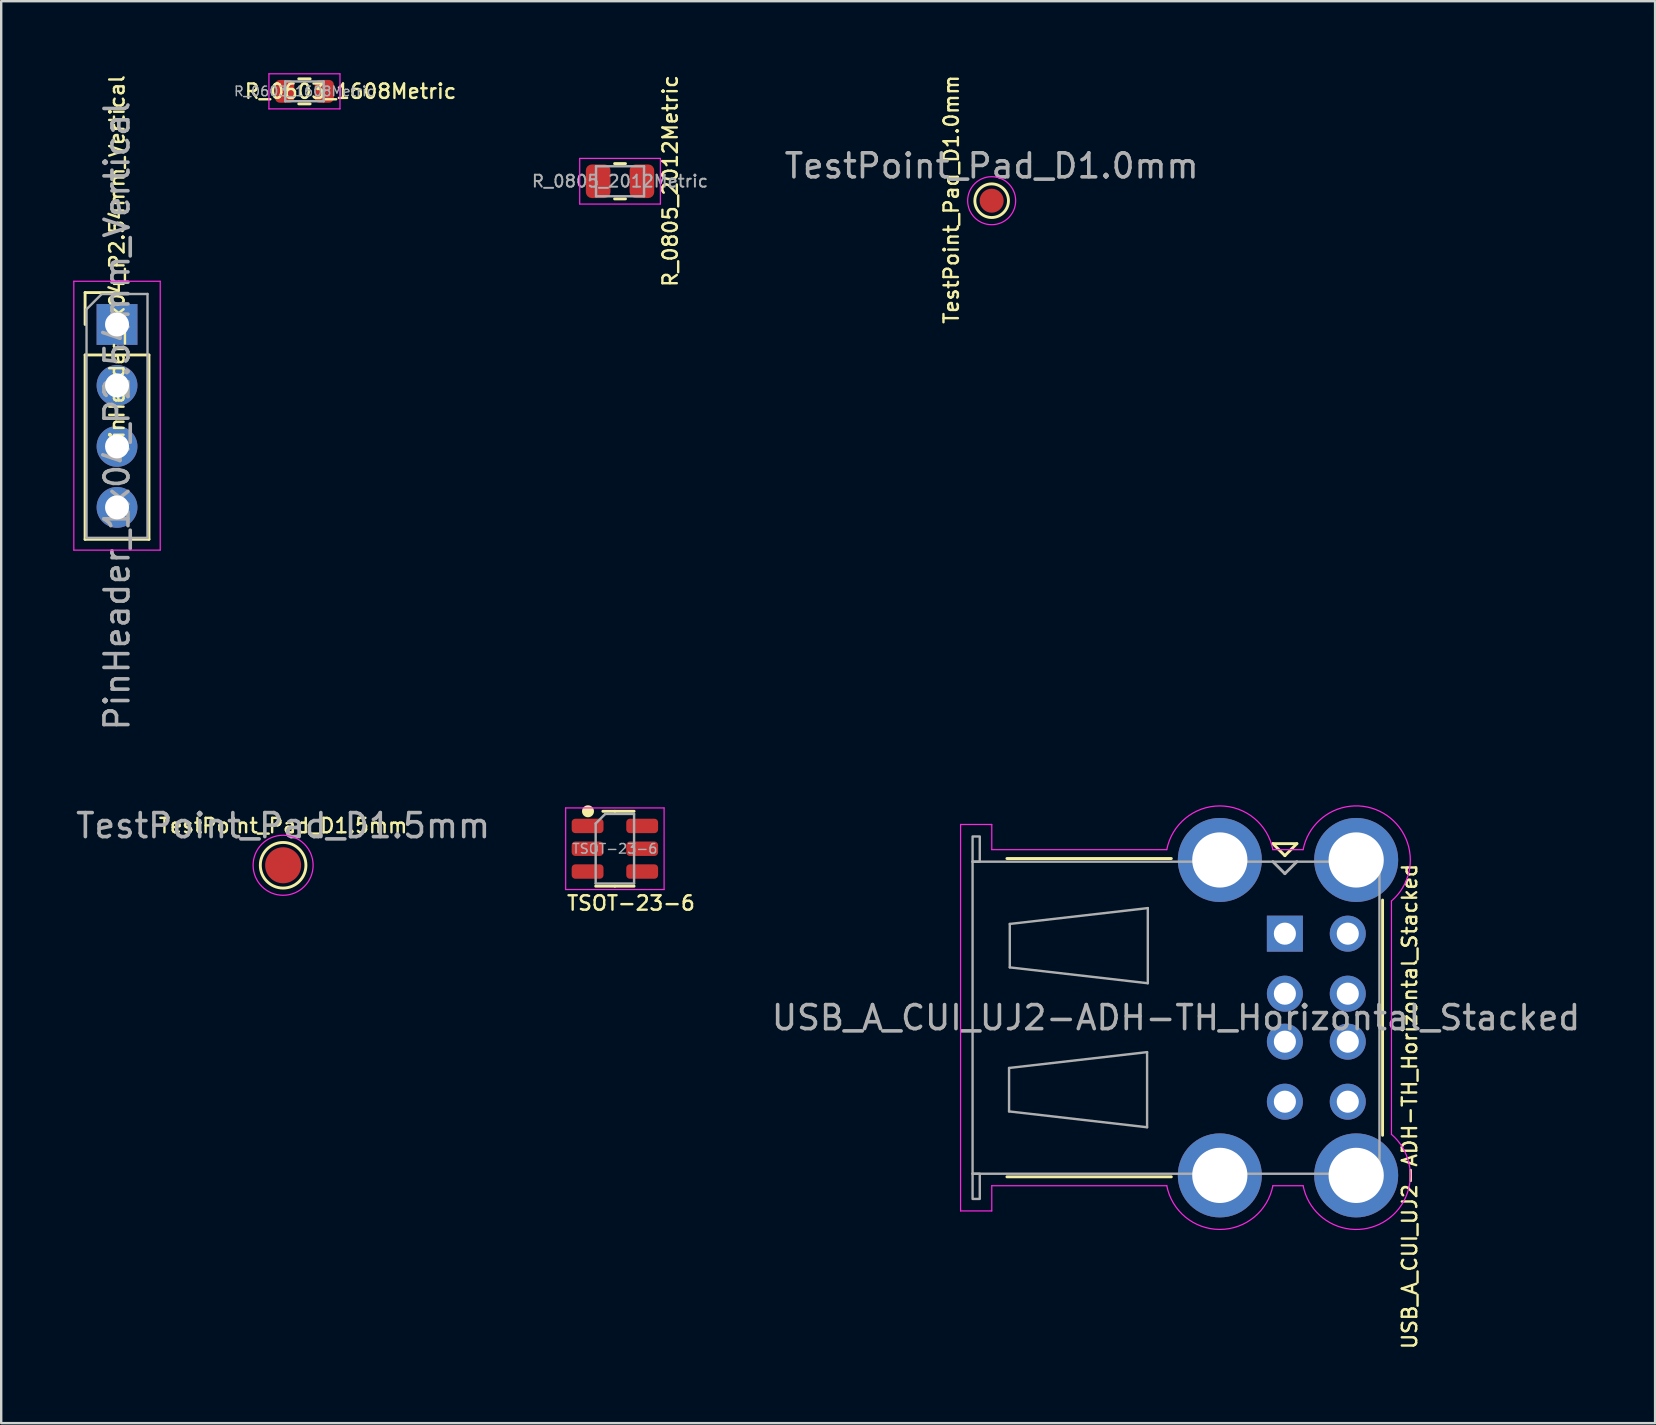
<source format=kicad_pcb>
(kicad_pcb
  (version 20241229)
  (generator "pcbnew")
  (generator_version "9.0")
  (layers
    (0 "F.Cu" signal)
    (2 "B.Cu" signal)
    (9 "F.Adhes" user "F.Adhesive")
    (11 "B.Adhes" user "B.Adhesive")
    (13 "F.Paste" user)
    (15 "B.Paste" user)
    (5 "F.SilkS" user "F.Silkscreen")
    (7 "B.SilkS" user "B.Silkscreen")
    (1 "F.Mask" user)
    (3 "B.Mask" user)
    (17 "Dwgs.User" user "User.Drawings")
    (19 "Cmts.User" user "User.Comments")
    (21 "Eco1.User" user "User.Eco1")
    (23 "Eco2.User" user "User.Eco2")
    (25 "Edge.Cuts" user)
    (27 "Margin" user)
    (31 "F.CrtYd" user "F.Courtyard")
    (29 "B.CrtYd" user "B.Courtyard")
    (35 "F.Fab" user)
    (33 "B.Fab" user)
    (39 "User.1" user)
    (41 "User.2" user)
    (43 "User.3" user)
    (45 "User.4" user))
  (footprint "TestPoint_Pad_D1.5mm"
    (layer "F.Cu")
    (at 8.744 32.996)
    (property "Reference" "TestPoint_Pad_D1.5mm" (at 0 -1.648 180) (layer "F.SilkS") (effects (font (size 0.6 0.6) (thickness 0.1))))
    (attr exclude_from_pos_files exclude_from_bom)
    (fp_circle (center 0 0) (end 0 0.95) (stroke (width 0.12) (type solid)) (fill no) (layer "F.SilkS"))
    (fp_circle (center 0 0) (end 1.25 0) (stroke (width 0.05) (type solid)) (fill no) (layer "F.CrtYd"))
    (fp_text user "${REFERENCE}" (at 0 -1.65 180) (layer "F.Fab") (effects (font (size 1 1) (thickness 0.15))))
    (pad "1" smd circle (at 0 0 180) (size 1.5 1.5) (layers "F.Cu" "F.Mask")))
  (footprint "TSOT-23-6"
    (layer "F.Cu")
    (at 22.565 32.307)
    (property "Reference" "TSOT-23-6" (at 0.67 2.265 180) (layer "F.SilkS") (effects (font (size 0.6 0.6) (thickness 0.1))))
    (attr smd)
    (fp_line (start 0 -1.56) (end -0.5 -1.56) (stroke (width 0.12) (type solid)) (layer "F.SilkS"))
    (fp_line (start 0 -1.56) (end 0.8 -1.56) (stroke (width 0.12) (type solid)) (layer "F.SilkS"))
    (fp_line (start 0 1.56) (end -0.8 1.56) (stroke (width 0.12) (type solid)) (layer "F.SilkS"))
    (fp_line (start 0 1.56) (end 0.8 1.56) (stroke (width 0.12) (type solid)) (layer "F.SilkS"))
    (fp_circle (center -1.12 -1.56) (end -0.92 -1.56) (stroke (width 0.1) (type solid)) (fill yes) (layer "F.SilkS"))
    (fp_line (start -2.05 -1.7) (end -2.05 1.7) (stroke (width 0.05) (type solid)) (layer "F.CrtYd"))
    (fp_line (start -2.05 1.7) (end 2.05 1.7) (stroke (width 0.05) (type solid)) (layer "F.CrtYd"))
    (fp_line (start 2.05 -1.7) (end -2.05 -1.7) (stroke (width 0.05) (type solid)) (layer "F.CrtYd"))
    (fp_line (start 2.05 1.7) (end 2.05 -1.7) (stroke (width 0.05) (type solid)) (layer "F.CrtYd"))
    (fp_line (start -0.8 -1.05) (end -0.4 -1.45) (stroke (width 0.1) (type solid)) (layer "F.Fab"))
    (fp_line (start -0.8 1.45) (end -0.8 -1.05) (stroke (width 0.1) (type solid)) (layer "F.Fab"))
    (fp_line (start -0.4 -1.45) (end 0.8 -1.45) (stroke (width 0.1) (type solid)) (layer "F.Fab"))
    (fp_line (start 0.8 -1.45) (end 0.8 1.45) (stroke (width 0.1) (type solid)) (layer "F.Fab"))
    (fp_line (start 0.8 1.45) (end -0.8 1.45) (stroke (width 0.1) (type solid)) (layer "F.Fab"))
    (fp_text user "${REFERENCE}" (at 0 0 180) (layer "F.Fab") (effects (font (size 0.4 0.4) (thickness 0.06))))
    (pad "1" smd roundrect (at -1.137 -0.95) (size 1.325 0.6) (layers "F.Cu" "F.Mask" "F.Paste") (roundrect_rratio 0.25))
    (pad "2" smd roundrect (at -1.137 0) (size 1.325 0.6) (layers "F.Cu" "F.Mask" "F.Paste") (roundrect_rratio 0.25))
    (pad "3" smd roundrect (at -1.137 0.95) (size 1.325 0.6) (layers "F.Cu" "F.Mask" "F.Paste") (roundrect_rratio 0.25))
    (pad "4" smd roundrect (at 1.137 0.95) (size 1.325 0.6) (layers "F.Cu" "F.Mask" "F.Paste") (roundrect_rratio 0.25))
    (pad "5" smd roundrect (at 1.137 0) (size 1.325 0.6) (layers "F.Cu" "F.Mask" "F.Paste") (roundrect_rratio 0.25))
    (pad "6" smd roundrect (at 1.137 -0.95) (size 1.325 0.6) (layers "F.Cu" "F.Mask" "F.Paste") (roundrect_rratio 0.25)))
  (footprint "R_0603_1608Metric"
    (layer "F.Cu")
    (at 9.633 0.755)
    (property "Reference" "R_0603_1608Metric" (at 1.92 0 0) (layer "F.SilkS") (effects (font (size 0.6 0.6) (thickness 0.1))))
    (attr smd)
    (fp_line (start -0.237 -0.522) (end 0.237 -0.522) (stroke (width 0.12) (type solid)) (layer "F.SilkS"))
    (fp_line (start -0.237 0.522) (end 0.237 0.522) (stroke (width 0.12) (type solid)) (layer "F.SilkS"))
    (fp_line (start -1.48 -0.73) (end 1.48 -0.73) (stroke (width 0.05) (type solid)) (layer "F.CrtYd"))
    (fp_line (start -1.48 0.73) (end -1.48 -0.73) (stroke (width 0.05) (type solid)) (layer "F.CrtYd"))
    (fp_line (start 1.48 -0.73) (end 1.48 0.73) (stroke (width 0.05) (type solid)) (layer "F.CrtYd"))
    (fp_line (start 1.48 0.73) (end -1.48 0.73) (stroke (width 0.05) (type solid)) (layer "F.CrtYd"))
    (fp_line (start -0.8 -0.412) (end 0.8 -0.412) (stroke (width 0.1) (type solid)) (layer "F.Fab"))
    (fp_line (start -0.8 0.412) (end -0.8 -0.412) (stroke (width 0.1) (type solid)) (layer "F.Fab"))
    (fp_line (start 0.8 -0.412) (end 0.8 0.412) (stroke (width 0.1) (type solid)) (layer "F.Fab"))
    (fp_line (start 0.8 0.412) (end -0.8 0.412) (stroke (width 0.1) (type solid)) (layer "F.Fab"))
    (fp_text user "${REFERENCE}" (at 0 0 0) (layer "F.Fab") (effects (font (size 0.4 0.4) (thickness 0.06))))
    (pad "1" smd roundrect (at -0.825 0) (size 0.8 0.95) (layers "F.Cu" "F.Mask" "F.Paste") (roundrect_rratio 0.25))
    (pad "2" smd roundrect (at 0.825 0) (size 0.8 0.95) (layers "F.Cu" "F.Mask" "F.Paste") (roundrect_rratio 0.25)))
  (footprint "R_0805_2012Metric"
    (layer "F.Cu")
    (at 22.78 4.5)
    (property "Reference" "R_0805_2012Metric" (at 2.092 -0.01 90) (layer "F.SilkS") (effects (font (size 0.6 0.6) (thickness 0.1))))
    (attr smd)
    (fp_line (start -0.227 -0.735) (end 0.227 -0.735) (stroke (width 0.12) (type solid)) (layer "F.SilkS"))
    (fp_line (start -0.227 0.735) (end 0.227 0.735) (stroke (width 0.12) (type solid)) (layer "F.SilkS"))
    (fp_line (start -1.68 -0.95) (end 1.68 -0.95) (stroke (width 0.05) (type solid)) (layer "F.CrtYd"))
    (fp_line (start -1.68 0.95) (end -1.68 -0.95) (stroke (width 0.05) (type solid)) (layer "F.CrtYd"))
    (fp_line (start 1.68 -0.95) (end 1.68 0.95) (stroke (width 0.05) (type solid)) (layer "F.CrtYd"))
    (fp_line (start 1.68 0.95) (end -1.68 0.95) (stroke (width 0.05) (type solid)) (layer "F.CrtYd"))
    (fp_line (start -1 -0.625) (end 1 -0.625) (stroke (width 0.1) (type solid)) (layer "F.Fab"))
    (fp_line (start -1 0.625) (end -1 -0.625) (stroke (width 0.1) (type solid)) (layer "F.Fab"))
    (fp_line (start 1 -0.625) (end 1 0.625) (stroke (width 0.1) (type solid)) (layer "F.Fab"))
    (fp_line (start 1 0.625) (end -1 0.625) (stroke (width 0.1) (type solid)) (layer "F.Fab"))
    (fp_text user "${REFERENCE}" (at 0 0 0) (layer "F.Fab") (effects (font (size 0.5 0.5) (thickness 0.08))))
    (pad "1" smd roundrect (at -0.912 0) (size 1.025 1.4) (layers "F.Cu" "F.Mask" "F.Paste") (roundrect_rratio 0.244))
    (pad "2" smd roundrect (at 0.912 0) (size 1.025 1.4) (layers "F.Cu" "F.Mask" "F.Paste") (roundrect_rratio 0.244)))
  (footprint "USB_A_CUI_UJ2-ADH-TH_Horizontal_Stacked"
    (layer "F.Cu")
    (at 50.476 35.845)
    (property "Reference" "USB_A_CUI_UJ2-ADH-TH_Horizontal_Stacked" (at 5.198 7.2 90) (layer "F.SilkS") (effects (font (size 0.6 0.6) (thickness 0.1))))
    (attr through_hole)
    (fp_line (start -11.58 10.13) (end -4.73 10.13) (stroke (width 0.12) (type solid)) (layer "F.SilkS"))
    (fp_line (start -4.73 -3.13) (end -11.58 -3.13) (stroke (width 0.12) (type solid)) (layer "F.SilkS"))
    (fp_line (start -0.5 -3.75) (end 0 -3.25) (stroke (width 0.12) (type solid)) (layer "F.SilkS"))
    (fp_line (start 0 -3.25) (end 0.5 -3.75) (stroke (width 0.12) (type solid)) (layer "F.SilkS"))
    (fp_line (start 0.5 -3.75) (end -0.5 -3.75) (stroke (width 0.12) (type solid)) (layer "F.SilkS"))
    (fp_line (start 4.07 8.4) (end 4.07 -1.4) (stroke (width 0.12) (type solid)) (layer "F.SilkS"))
    (fp_line (start -13.51 -4.55) (end -13.51 11.55) (stroke (width 0.05) (type solid)) (layer "F.CrtYd"))
    (fp_line (start -13.51 -4.55) (end -12.21 -4.55) (stroke (width 0.05) (type default)) (layer "F.CrtYd"))
    (fp_line (start -13.51 11.55) (end -12.21 11.55) (stroke (width 0.05) (type default)) (layer "F.CrtYd"))
    (fp_line (start -12.21 -4.55) (end -12.21 -3.5) (stroke (width 0.05) (type solid)) (layer "F.CrtYd"))
    (fp_line (start -12.21 10.5) (end -4.92 10.5) (stroke (width 0.05) (type solid)) (layer "F.CrtYd"))
    (fp_line (start -12.21 11.55) (end -12.21 10.5) (stroke (width 0.05) (type solid)) (layer "F.CrtYd"))
    (fp_line (start -4.92 -3.5) (end -12.21 -3.5) (stroke (width 0.05) (type solid)) (layer "F.CrtYd"))
    (fp_line (start -0.5 -3.5) (end 0.76 -3.5) (stroke (width 0.05) (type solid)) (layer "F.CrtYd"))
    (fp_line (start -0.5 10.5) (end 0.76 10.5) (stroke (width 0.05) (type solid)) (layer "F.CrtYd"))
    (fp_line (start 4.44 8.36) (end 4.44 -1.36) (stroke (width 0.05) (type solid)) (layer "F.CrtYd"))
    (fp_arc (start -4.92 -3.5) (mid -2.71 -5.321444) (end -0.5 -3.5) (stroke (width 0.05) (type solid)) (layer "F.CrtYd"))
    (fp_arc (start -0.5 10.5) (mid -2.71 12.321444) (end -4.92 10.5) (stroke (width 0.05) (type solid)) (layer "F.CrtYd"))
    (fp_arc (start 0.76 -3.5) (mid 4.104741 -5.017595) (end 4.44 -1.36) (stroke (width 0.05) (type solid)) (layer "F.CrtYd"))
    (fp_arc (start 2.97 10.07) (mid 2.97 10.07) (end 2.97 10.07) (stroke (width 0.05) (type solid)) (layer "F.CrtYd"))
    (fp_arc (start 4.44 8.36) (mid 4.104744 12.017599) (end 0.76 10.5) (stroke (width 0.05) (type solid)) (layer "F.CrtYd"))
    (fp_line (start -13.01 -3) (end -13.01 10) (stroke (width 0.1) (type solid)) (layer "F.Fab"))
    (fp_line (start -13.01 10) (end 3.94 10) (stroke (width 0.1) (type solid)) (layer "F.Fab"))
    (fp_line (start -11.49 5.595) (end -11.49 7.405) (stroke (width 0.1) (type solid)) (layer "F.Fab"))
    (fp_line (start -11.49 7.405) (end -5.74 8.065) (stroke (width 0.1) (type solid)) (layer "F.Fab"))
    (fp_line (start -11.46 -0.405) (end -11.46 1.405) (stroke (width 0.1) (type solid)) (layer "F.Fab"))
    (fp_line (start -11.46 1.405) (end -5.71 2.065) (stroke (width 0.1) (type solid)) (layer "F.Fab"))
    (fp_line (start -5.74 4.935) (end -11.49 5.595) (stroke (width 0.1) (type solid)) (layer "F.Fab"))
    (fp_line (start -5.74 8.065) (end -5.74 4.935) (stroke (width 0.1) (type solid)) (layer "F.Fab"))
    (fp_line (start -5.71 -1.065) (end -11.46 -0.405) (stroke (width 0.1) (type solid)) (layer "F.Fab"))
    (fp_line (start -5.71 2.065) (end -5.71 -1.065) (stroke (width 0.1) (type solid)) (layer "F.Fab"))
    (fp_line (start 0 -2.5) (end -0.5 -3) (stroke (width 0.12) (type solid)) (layer "F.Fab"))
    (fp_line (start 0 -2.5) (end 0.5 -3) (stroke (width 0.12) (type solid)) (layer "F.Fab"))
    (fp_line (start 3.94 -3) (end -13.01 -3) (stroke (width 0.1) (type solid)) (layer "F.Fab"))
    (fp_line (start 3.94 10) (end 3.94 -3) (stroke (width 0.1) (type solid)) (layer "F.Fab"))
    (fp_rect (start -13.01 -4.05) (end -12.71 -3) (stroke (width 0.1) (type default)) (fill no) (layer "F.Fab"))
    (fp_rect (start -13.01 10) (end -12.71 11.05) (stroke (width 0.1) (type default)) (fill no) (layer "F.Fab"))
    (fp_text user "${REFERENCE}" (at -4.535 3.5 0) (layer "F.Fab") (effects (font (size 1 1) (thickness 0.15))))
    (pad "1" thru_hole rect (at 0 0) (size 1.5 1.5) (drill 0.92) (layers "*.Cu" "*.Mask"))
    (pad "2" thru_hole circle (at 0 2.5) (size 1.5 1.5) (drill 0.92) (layers "*.Cu" "*.Mask"))
    (pad "3" thru_hole circle (at 0 4.5) (size 1.5 1.5) (drill 0.92) (layers "*.Cu" "*.Mask"))
    (pad "4" thru_hole circle (at 0 7) (size 1.5 1.5) (drill 0.92) (layers "*.Cu" "*.Mask"))
    (pad "5" thru_hole circle (at 2.62 0) (size 1.5 1.5) (drill 0.92) (layers "*.Cu" "*.Mask"))
    (pad "6" thru_hole circle (at 2.62 2.5) (size 1.5 1.5) (drill 0.92) (layers "*.Cu" "*.Mask"))
    (pad "7" thru_hole circle (at 2.62 4.5) (size 1.5 1.5) (drill 0.92) (layers "*.Cu" "*.Mask"))
    (pad "8" thru_hole circle (at 2.62 7) (size 1.5 1.5) (drill 0.92) (layers "*.Cu" "*.Mask"))
    (pad "9" thru_hole circle (at -2.71 -3.07) (size 3.5 3.5) (drill 2.3) (layers "*.Cu" "*.Mask"))
    (pad "9" thru_hole circle (at -2.71 10.07) (size 3.5 3.5) (drill 2.3) (layers "*.Cu" "*.Mask"))
    (pad "9" thru_hole circle (at 2.97 -3.07) (size 3.5 3.5) (drill 2.3) (layers "*.Cu" "*.Mask"))
    (pad "9" thru_hole circle (at 2.97 10.07) (size 3.5 3.5) (drill 2.3) (layers "*.Cu" "*.Mask")))
  (footprint "PinHeader_1x04_P2.54mm_Vertical"
    (layer "F.Cu")
    (at 1.825 10.467)
    (property "Reference" "PinHeader_1x04_P2.54mm_Vertical" (at 0 -2.52 90) (layer "F.SilkS") (effects (font (size 0.6 0.6) (thickness 0.1))))
    (attr through_hole)
    (fp_line (start -1.33 -1.33) (end 0 -1.33) (stroke (width 0.12) (type solid)) (layer "F.SilkS"))
    (fp_line (start -1.33 0) (end -1.33 -1.33) (stroke (width 0.12) (type solid)) (layer "F.SilkS"))
    (fp_line (start -1.33 1.27) (end -1.33 8.95) (stroke (width 0.12) (type solid)) (layer "F.SilkS"))
    (fp_line (start -1.33 1.27) (end 1.33 1.27) (stroke (width 0.12) (type solid)) (layer "F.SilkS"))
    (fp_line (start -1.33 8.95) (end 1.33 8.95) (stroke (width 0.12) (type solid)) (layer "F.SilkS"))
    (fp_line (start 1.33 1.27) (end 1.33 8.95) (stroke (width 0.12) (type solid)) (layer "F.SilkS"))
    (fp_line (start -1.8 -1.8) (end -1.8 9.4) (stroke (width 0.05) (type solid)) (layer "F.CrtYd"))
    (fp_line (start -1.8 9.4) (end 1.8 9.4) (stroke (width 0.05) (type solid)) (layer "F.CrtYd"))
    (fp_line (start 1.8 -1.8) (end -1.8 -1.8) (stroke (width 0.05) (type solid)) (layer "F.CrtYd"))
    (fp_line (start 1.8 9.4) (end 1.8 -1.8) (stroke (width 0.05) (type solid)) (layer "F.CrtYd"))
    (fp_line (start -1.27 -0.635) (end -0.635 -1.27) (stroke (width 0.1) (type solid)) (layer "F.Fab"))
    (fp_line (start -1.27 8.89) (end -1.27 -0.635) (stroke (width 0.1) (type solid)) (layer "F.Fab"))
    (fp_line (start -0.635 -1.27) (end 1.27 -1.27) (stroke (width 0.1) (type solid)) (layer "F.Fab"))
    (fp_line (start 1.27 -1.27) (end 1.27 8.89) (stroke (width 0.1) (type solid)) (layer "F.Fab"))
    (fp_line (start 1.27 8.89) (end -1.27 8.89) (stroke (width 0.1) (type solid)) (layer "F.Fab"))
    (fp_text user "${REFERENCE}" (at 0 3.81 90) (layer "F.Fab") (effects (font (size 1 1) (thickness 0.15))))
    (pad "1" thru_hole rect (at 0 0) (size 1.7 1.7) (drill 1) (layers "*.Cu" "*.Mask"))
    (pad "2" thru_hole oval (at 0 2.54) (size 1.7 1.7) (drill 1) (layers "*.Cu" "*.Mask"))
    (pad "3" thru_hole oval (at 0 5.08) (size 1.7 1.7) (drill 1) (layers "*.Cu" "*.Mask"))
    (pad "4" thru_hole oval (at 0 7.62) (size 1.7 1.7) (drill 1) (layers "*.Cu" "*.Mask")))
  (footprint "TestPoint_Pad_D1.0mm"
    (layer "F.Cu")
    (at 38.261 5.311)
    (property "Reference" "TestPoint_Pad_D1.0mm" (at -1.68 -0.05 270) (layer "F.SilkS") (effects (font (size 0.6 0.6) (thickness 0.1))))
    (attr exclude_from_pos_files)
    (fp_circle (center 0 0) (end 0 0.7) (stroke (width 0.12) (type solid)) (fill no) (layer "F.SilkS"))
    (fp_circle (center 0 0) (end 1 0) (stroke (width 0.05) (type solid)) (fill no) (layer "F.CrtYd"))
    (fp_text user "${REFERENCE}" (at 0 -1.45 0) (layer "F.Fab") (effects (font (size 1 1) (thickness 0.15))))
    (pad "1" smd circle (at 0 0) (size 1 1) (layers "F.Cu" "F.Mask")))
  (gr_rect
    (start -3 -3)
    (end 65.899 56.235)
    (stroke (width 0.1) (type default))
    (fill no)
    (layer "Edge.Cuts")))
</source>
